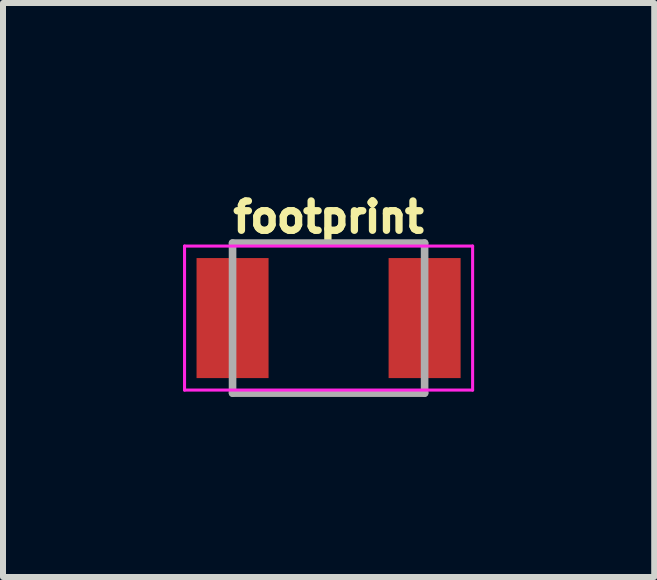
<source format=kicad_pcb>
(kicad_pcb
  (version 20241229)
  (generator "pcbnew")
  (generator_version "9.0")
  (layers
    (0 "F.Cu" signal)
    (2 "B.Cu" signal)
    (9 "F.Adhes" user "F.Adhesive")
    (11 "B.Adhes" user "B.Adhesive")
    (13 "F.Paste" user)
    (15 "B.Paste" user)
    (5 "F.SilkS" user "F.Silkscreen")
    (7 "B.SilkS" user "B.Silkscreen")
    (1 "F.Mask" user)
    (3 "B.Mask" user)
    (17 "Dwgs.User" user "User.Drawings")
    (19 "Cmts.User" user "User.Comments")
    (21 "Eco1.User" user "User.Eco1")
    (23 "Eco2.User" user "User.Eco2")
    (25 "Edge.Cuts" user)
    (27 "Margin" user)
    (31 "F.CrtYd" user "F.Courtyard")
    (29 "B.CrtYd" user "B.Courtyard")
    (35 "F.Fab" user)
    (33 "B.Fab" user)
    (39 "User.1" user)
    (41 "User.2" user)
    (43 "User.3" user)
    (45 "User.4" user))
  (footprint "footprint"
    (layer "F.Cu")
    (at 2.425 2.25)
    (property "Reference" "footprint" (at 0 -1.397 0) (layer "F.SilkS") (effects (font (size 0.488 0.488) (thickness 0.122)) (justify bottom)))
    (fp_line (start -2.4 -1.2) (end 2.4 -1.2) (stroke (width 0.051) (type solid)) (layer "F.CrtYd"))
    (fp_line (start -2.4 1.2) (end -2.4 -1.2) (stroke (width 0.051) (type solid)) (layer "F.CrtYd"))
    (fp_line (start 2.4 -1.2) (end 2.4 1.2) (stroke (width 0.051) (type solid)) (layer "F.CrtYd"))
    (fp_line (start 2.4 1.2) (end -2.4 1.2) (stroke (width 0.051) (type solid)) (layer "F.CrtYd"))
    (fp_line (start -1.6 -1.25) (end 1.6 -1.25) (stroke (width 0.127) (type solid)) (layer "F.Fab"))
    (fp_line (start -1.6 1.25) (end -1.6 -1.25) (stroke (width 0.127) (type solid)) (layer "F.Fab"))
    (fp_line (start 1.6 -1.25) (end 1.6 1.25) (stroke (width 0.127) (type solid)) (layer "F.Fab"))
    (fp_line (start 1.6 1.25) (end -1.6 1.25) (stroke (width 0.127) (type solid)) (layer "F.Fab"))
    (pad "1" smd rect (at -1.6 0) (size 1.2 2) (layers "F.Cu" "F.Mask" "F.Paste"))
    (pad "2" smd rect (at 1.6 0) (size 1.2 2) (layers "F.Cu" "F.Mask" "F.Paste")))
  (gr_rect
    (start -3 -3)
    (end 7.851 6.564)
    (stroke (width 0.1) (type default))
    (fill no)
    (layer "Edge.Cuts")))
</source>
